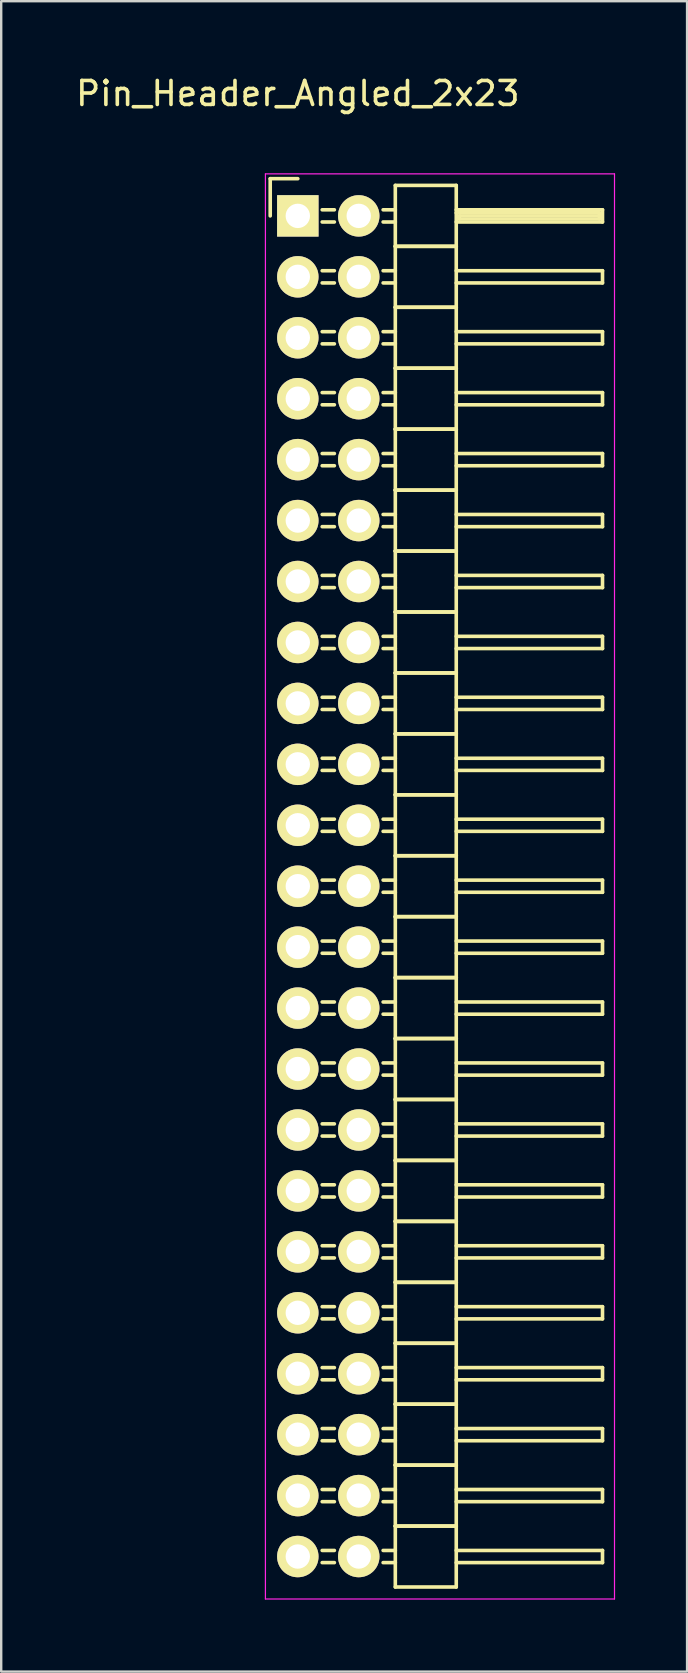
<source format=kicad_pcb>
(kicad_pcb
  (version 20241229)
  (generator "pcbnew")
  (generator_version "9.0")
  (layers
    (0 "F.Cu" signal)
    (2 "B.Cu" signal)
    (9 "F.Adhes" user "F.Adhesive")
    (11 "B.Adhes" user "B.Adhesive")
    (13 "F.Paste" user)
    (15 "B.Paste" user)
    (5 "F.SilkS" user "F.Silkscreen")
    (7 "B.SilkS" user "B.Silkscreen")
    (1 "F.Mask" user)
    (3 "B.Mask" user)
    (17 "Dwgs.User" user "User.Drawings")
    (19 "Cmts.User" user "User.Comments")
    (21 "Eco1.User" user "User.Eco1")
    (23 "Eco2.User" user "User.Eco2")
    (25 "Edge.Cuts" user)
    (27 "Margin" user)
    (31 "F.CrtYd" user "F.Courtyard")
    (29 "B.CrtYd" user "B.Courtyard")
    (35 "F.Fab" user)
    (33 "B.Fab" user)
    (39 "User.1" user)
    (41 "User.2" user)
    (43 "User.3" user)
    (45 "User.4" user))
  (footprint "Pin_Header_Angled_2x23"
    (layer "F.Cu")
    (at 9.363 5.948)
    (property "Reference" "Pin_Header_Angled_2x23" (at 0 -5.1 0) (layer "F.SilkS") (effects (font (size 1 1) (thickness 0.15))))
    (attr through_hole)
    (fp_line (start -1.15 -1.55) (end -1.15 0) (stroke (width 0.15) (type solid)) (layer "F.SilkS"))
    (fp_line (start 0 -1.55) (end -1.15 -1.55) (stroke (width 0.15) (type solid)) (layer "F.SilkS"))
    (fp_line (start 1.524 -0.254) (end 1.016 -0.254) (stroke (width 0.15) (type solid)) (layer "F.SilkS"))
    (fp_line (start 1.524 0.254) (end 1.016 0.254) (stroke (width 0.15) (type solid)) (layer "F.SilkS"))
    (fp_line (start 1.524 2.286) (end 1.016 2.286) (stroke (width 0.15) (type solid)) (layer "F.SilkS"))
    (fp_line (start 1.524 2.794) (end 1.016 2.794) (stroke (width 0.15) (type solid)) (layer "F.SilkS"))
    (fp_line (start 1.524 4.826) (end 1.016 4.826) (stroke (width 0.15) (type solid)) (layer "F.SilkS"))
    (fp_line (start 1.524 5.334) (end 1.016 5.334) (stroke (width 0.15) (type solid)) (layer "F.SilkS"))
    (fp_line (start 1.524 7.366) (end 1.016 7.366) (stroke (width 0.15) (type solid)) (layer "F.SilkS"))
    (fp_line (start 1.524 7.874) (end 1.016 7.874) (stroke (width 0.15) (type solid)) (layer "F.SilkS"))
    (fp_line (start 1.524 9.906) (end 1.016 9.906) (stroke (width 0.15) (type solid)) (layer "F.SilkS"))
    (fp_line (start 1.524 10.414) (end 1.016 10.414) (stroke (width 0.15) (type solid)) (layer "F.SilkS"))
    (fp_line (start 1.524 12.446) (end 1.016 12.446) (stroke (width 0.15) (type solid)) (layer "F.SilkS"))
    (fp_line (start 1.524 12.954) (end 1.016 12.954) (stroke (width 0.15) (type solid)) (layer "F.SilkS"))
    (fp_line (start 1.524 14.986) (end 1.016 14.986) (stroke (width 0.15) (type solid)) (layer "F.SilkS"))
    (fp_line (start 1.524 15.494) (end 1.016 15.494) (stroke (width 0.15) (type solid)) (layer "F.SilkS"))
    (fp_line (start 1.524 17.526) (end 1.016 17.526) (stroke (width 0.15) (type solid)) (layer "F.SilkS"))
    (fp_line (start 1.524 18.034) (end 1.016 18.034) (stroke (width 0.15) (type solid)) (layer "F.SilkS"))
    (fp_line (start 1.524 20.066) (end 1.016 20.066) (stroke (width 0.15) (type solid)) (layer "F.SilkS"))
    (fp_line (start 1.524 20.574) (end 1.016 20.574) (stroke (width 0.15) (type solid)) (layer "F.SilkS"))
    (fp_line (start 1.524 22.606) (end 1.016 22.606) (stroke (width 0.15) (type solid)) (layer "F.SilkS"))
    (fp_line (start 1.524 23.114) (end 1.016 23.114) (stroke (width 0.15) (type solid)) (layer "F.SilkS"))
    (fp_line (start 1.524 25.146) (end 1.016 25.146) (stroke (width 0.15) (type solid)) (layer "F.SilkS"))
    (fp_line (start 1.524 25.654) (end 1.016 25.654) (stroke (width 0.15) (type solid)) (layer "F.SilkS"))
    (fp_line (start 1.524 27.686) (end 1.016 27.686) (stroke (width 0.15) (type solid)) (layer "F.SilkS"))
    (fp_line (start 1.524 28.194) (end 1.016 28.194) (stroke (width 0.15) (type solid)) (layer "F.SilkS"))
    (fp_line (start 1.524 30.226) (end 1.016 30.226) (stroke (width 0.15) (type solid)) (layer "F.SilkS"))
    (fp_line (start 1.524 30.734) (end 1.016 30.734) (stroke (width 0.15) (type solid)) (layer "F.SilkS"))
    (fp_line (start 1.524 32.766) (end 1.016 32.766) (stroke (width 0.15) (type solid)) (layer "F.SilkS"))
    (fp_line (start 1.524 33.274) (end 1.016 33.274) (stroke (width 0.15) (type solid)) (layer "F.SilkS"))
    (fp_line (start 1.524 35.306) (end 1.016 35.306) (stroke (width 0.15) (type solid)) (layer "F.SilkS"))
    (fp_line (start 1.524 35.814) (end 1.016 35.814) (stroke (width 0.15) (type solid)) (layer "F.SilkS"))
    (fp_line (start 1.524 37.846) (end 1.016 37.846) (stroke (width 0.15) (type solid)) (layer "F.SilkS"))
    (fp_line (start 1.524 38.354) (end 1.016 38.354) (stroke (width 0.15) (type solid)) (layer "F.SilkS"))
    (fp_line (start 1.524 40.386) (end 1.016 40.386) (stroke (width 0.15) (type solid)) (layer "F.SilkS"))
    (fp_line (start 1.524 40.894) (end 1.016 40.894) (stroke (width 0.15) (type solid)) (layer "F.SilkS"))
    (fp_line (start 1.524 42.926) (end 1.016 42.926) (stroke (width 0.15) (type solid)) (layer "F.SilkS"))
    (fp_line (start 1.524 43.434) (end 1.016 43.434) (stroke (width 0.15) (type solid)) (layer "F.SilkS"))
    (fp_line (start 1.524 45.466) (end 1.016 45.466) (stroke (width 0.15) (type solid)) (layer "F.SilkS"))
    (fp_line (start 1.524 45.974) (end 1.016 45.974) (stroke (width 0.15) (type solid)) (layer "F.SilkS"))
    (fp_line (start 1.524 48.006) (end 1.016 48.006) (stroke (width 0.15) (type solid)) (layer "F.SilkS"))
    (fp_line (start 1.524 48.514) (end 1.016 48.514) (stroke (width 0.15) (type solid)) (layer "F.SilkS"))
    (fp_line (start 1.524 50.546) (end 1.016 50.546) (stroke (width 0.15) (type solid)) (layer "F.SilkS"))
    (fp_line (start 1.524 51.054) (end 1.016 51.054) (stroke (width 0.15) (type solid)) (layer "F.SilkS"))
    (fp_line (start 1.524 53.086) (end 1.016 53.086) (stroke (width 0.15) (type solid)) (layer "F.SilkS"))
    (fp_line (start 1.524 53.594) (end 1.016 53.594) (stroke (width 0.15) (type solid)) (layer "F.SilkS"))
    (fp_line (start 1.524 55.626) (end 1.016 55.626) (stroke (width 0.15) (type solid)) (layer "F.SilkS"))
    (fp_line (start 1.524 56.134) (end 1.016 56.134) (stroke (width 0.15) (type solid)) (layer "F.SilkS"))
    (fp_line (start 4.064 -1.27) (end 4.064 1.27) (stroke (width 0.15) (type solid)) (layer "F.SilkS"))
    (fp_line (start 4.064 -1.27) (end 6.604 -1.27) (stroke (width 0.15) (type solid)) (layer "F.SilkS"))
    (fp_line (start 4.064 -0.254) (end 3.556 -0.254) (stroke (width 0.15) (type solid)) (layer "F.SilkS"))
    (fp_line (start 4.064 0.254) (end 3.556 0.254) (stroke (width 0.15) (type solid)) (layer "F.SilkS"))
    (fp_line (start 4.064 1.27) (end 4.064 3.81) (stroke (width 0.15) (type solid)) (layer "F.SilkS"))
    (fp_line (start 4.064 1.27) (end 6.604 1.27) (stroke (width 0.15) (type solid)) (layer "F.SilkS"))
    (fp_line (start 4.064 1.27) (end 6.604 1.27) (stroke (width 0.15) (type solid)) (layer "F.SilkS"))
    (fp_line (start 4.064 2.286) (end 3.556 2.286) (stroke (width 0.15) (type solid)) (layer "F.SilkS"))
    (fp_line (start 4.064 2.794) (end 3.556 2.794) (stroke (width 0.15) (type solid)) (layer "F.SilkS"))
    (fp_line (start 4.064 3.81) (end 4.064 6.35) (stroke (width 0.15) (type solid)) (layer "F.SilkS"))
    (fp_line (start 4.064 3.81) (end 6.604 3.81) (stroke (width 0.15) (type solid)) (layer "F.SilkS"))
    (fp_line (start 4.064 3.81) (end 6.604 3.81) (stroke (width 0.15) (type solid)) (layer "F.SilkS"))
    (fp_line (start 4.064 4.826) (end 3.556 4.826) (stroke (width 0.15) (type solid)) (layer "F.SilkS"))
    (fp_line (start 4.064 5.334) (end 3.556 5.334) (stroke (width 0.15) (type solid)) (layer "F.SilkS"))
    (fp_line (start 4.064 6.35) (end 4.064 8.89) (stroke (width 0.15) (type solid)) (layer "F.SilkS"))
    (fp_line (start 4.064 6.35) (end 6.604 6.35) (stroke (width 0.15) (type solid)) (layer "F.SilkS"))
    (fp_line (start 4.064 6.35) (end 6.604 6.35) (stroke (width 0.15) (type solid)) (layer "F.SilkS"))
    (fp_line (start 4.064 7.366) (end 3.556 7.366) (stroke (width 0.15) (type solid)) (layer "F.SilkS"))
    (fp_line (start 4.064 7.874) (end 3.556 7.874) (stroke (width 0.15) (type solid)) (layer "F.SilkS"))
    (fp_line (start 4.064 8.89) (end 4.064 11.43) (stroke (width 0.15) (type solid)) (layer "F.SilkS"))
    (fp_line (start 4.064 8.89) (end 6.604 8.89) (stroke (width 0.15) (type solid)) (layer "F.SilkS"))
    (fp_line (start 4.064 8.89) (end 6.604 8.89) (stroke (width 0.15) (type solid)) (layer "F.SilkS"))
    (fp_line (start 4.064 9.906) (end 3.556 9.906) (stroke (width 0.15) (type solid)) (layer "F.SilkS"))
    (fp_line (start 4.064 10.414) (end 3.556 10.414) (stroke (width 0.15) (type solid)) (layer "F.SilkS"))
    (fp_line (start 4.064 11.43) (end 4.064 13.97) (stroke (width 0.15) (type solid)) (layer "F.SilkS"))
    (fp_line (start 4.064 11.43) (end 6.604 11.43) (stroke (width 0.15) (type solid)) (layer "F.SilkS"))
    (fp_line (start 4.064 11.43) (end 6.604 11.43) (stroke (width 0.15) (type solid)) (layer "F.SilkS"))
    (fp_line (start 4.064 12.446) (end 3.556 12.446) (stroke (width 0.15) (type solid)) (layer "F.SilkS"))
    (fp_line (start 4.064 12.954) (end 3.556 12.954) (stroke (width 0.15) (type solid)) (layer "F.SilkS"))
    (fp_line (start 4.064 13.97) (end 4.064 16.51) (stroke (width 0.15) (type solid)) (layer "F.SilkS"))
    (fp_line (start 4.064 13.97) (end 6.604 13.97) (stroke (width 0.15) (type solid)) (layer "F.SilkS"))
    (fp_line (start 4.064 13.97) (end 6.604 13.97) (stroke (width 0.15) (type solid)) (layer "F.SilkS"))
    (fp_line (start 4.064 14.986) (end 3.556 14.986) (stroke (width 0.15) (type solid)) (layer "F.SilkS"))
    (fp_line (start 4.064 15.494) (end 3.556 15.494) (stroke (width 0.15) (type solid)) (layer "F.SilkS"))
    (fp_line (start 4.064 16.51) (end 4.064 19.05) (stroke (width 0.15) (type solid)) (layer "F.SilkS"))
    (fp_line (start 4.064 16.51) (end 6.604 16.51) (stroke (width 0.15) (type solid)) (layer "F.SilkS"))
    (fp_line (start 4.064 16.51) (end 6.604 16.51) (stroke (width 0.15) (type solid)) (layer "F.SilkS"))
    (fp_line (start 4.064 17.526) (end 3.556 17.526) (stroke (width 0.15) (type solid)) (layer "F.SilkS"))
    (fp_line (start 4.064 18.034) (end 3.556 18.034) (stroke (width 0.15) (type solid)) (layer "F.SilkS"))
    (fp_line (start 4.064 19.05) (end 4.064 21.59) (stroke (width 0.15) (type solid)) (layer "F.SilkS"))
    (fp_line (start 4.064 19.05) (end 6.604 19.05) (stroke (width 0.15) (type solid)) (layer "F.SilkS"))
    (fp_line (start 4.064 19.05) (end 6.604 19.05) (stroke (width 0.15) (type solid)) (layer "F.SilkS"))
    (fp_line (start 4.064 20.066) (end 3.556 20.066) (stroke (width 0.15) (type solid)) (layer "F.SilkS"))
    (fp_line (start 4.064 20.574) (end 3.556 20.574) (stroke (width 0.15) (type solid)) (layer "F.SilkS"))
    (fp_line (start 4.064 21.59) (end 4.064 24.13) (stroke (width 0.15) (type solid)) (layer "F.SilkS"))
    (fp_line (start 4.064 21.59) (end 6.604 21.59) (stroke (width 0.15) (type solid)) (layer "F.SilkS"))
    (fp_line (start 4.064 21.59) (end 6.604 21.59) (stroke (width 0.15) (type solid)) (layer "F.SilkS"))
    (fp_line (start 4.064 22.606) (end 3.556 22.606) (stroke (width 0.15) (type solid)) (layer "F.SilkS"))
    (fp_line (start 4.064 23.114) (end 3.556 23.114) (stroke (width 0.15) (type solid)) (layer "F.SilkS"))
    (fp_line (start 4.064 24.13) (end 4.064 26.67) (stroke (width 0.15) (type solid)) (layer "F.SilkS"))
    (fp_line (start 4.064 24.13) (end 6.604 24.13) (stroke (width 0.15) (type solid)) (layer "F.SilkS"))
    (fp_line (start 4.064 24.13) (end 6.604 24.13) (stroke (width 0.15) (type solid)) (layer "F.SilkS"))
    (fp_line (start 4.064 25.146) (end 3.556 25.146) (stroke (width 0.15) (type solid)) (layer "F.SilkS"))
    (fp_line (start 4.064 25.654) (end 3.556 25.654) (stroke (width 0.15) (type solid)) (layer "F.SilkS"))
    (fp_line (start 4.064 26.67) (end 4.064 29.21) (stroke (width 0.15) (type solid)) (layer "F.SilkS"))
    (fp_line (start 4.064 26.67) (end 6.604 26.67) (stroke (width 0.15) (type solid)) (layer "F.SilkS"))
    (fp_line (start 4.064 26.67) (end 6.604 26.67) (stroke (width 0.15) (type solid)) (layer "F.SilkS"))
    (fp_line (start 4.064 27.686) (end 3.556 27.686) (stroke (width 0.15) (type solid)) (layer "F.SilkS"))
    (fp_line (start 4.064 28.194) (end 3.556 28.194) (stroke (width 0.15) (type solid)) (layer "F.SilkS"))
    (fp_line (start 4.064 29.21) (end 4.064 31.75) (stroke (width 0.15) (type solid)) (layer "F.SilkS"))
    (fp_line (start 4.064 29.21) (end 6.604 29.21) (stroke (width 0.15) (type solid)) (layer "F.SilkS"))
    (fp_line (start 4.064 29.21) (end 6.604 29.21) (stroke (width 0.15) (type solid)) (layer "F.SilkS"))
    (fp_line (start 4.064 30.226) (end 3.556 30.226) (stroke (width 0.15) (type solid)) (layer "F.SilkS"))
    (fp_line (start 4.064 30.734) (end 3.556 30.734) (stroke (width 0.15) (type solid)) (layer "F.SilkS"))
    (fp_line (start 4.064 31.75) (end 4.064 34.29) (stroke (width 0.15) (type solid)) (layer "F.SilkS"))
    (fp_line (start 4.064 31.75) (end 6.604 31.75) (stroke (width 0.15) (type solid)) (layer "F.SilkS"))
    (fp_line (start 4.064 31.75) (end 6.604 31.75) (stroke (width 0.15) (type solid)) (layer "F.SilkS"))
    (fp_line (start 4.064 32.766) (end 3.556 32.766) (stroke (width 0.15) (type solid)) (layer "F.SilkS"))
    (fp_line (start 4.064 33.274) (end 3.556 33.274) (stroke (width 0.15) (type solid)) (layer "F.SilkS"))
    (fp_line (start 4.064 34.29) (end 4.064 36.83) (stroke (width 0.15) (type solid)) (layer "F.SilkS"))
    (fp_line (start 4.064 34.29) (end 6.604 34.29) (stroke (width 0.15) (type solid)) (layer "F.SilkS"))
    (fp_line (start 4.064 34.29) (end 6.604 34.29) (stroke (width 0.15) (type solid)) (layer "F.SilkS"))
    (fp_line (start 4.064 35.306) (end 3.556 35.306) (stroke (width 0.15) (type solid)) (layer "F.SilkS"))
    (fp_line (start 4.064 35.814) (end 3.556 35.814) (stroke (width 0.15) (type solid)) (layer "F.SilkS"))
    (fp_line (start 4.064 36.83) (end 4.064 39.37) (stroke (width 0.15) (type solid)) (layer "F.SilkS"))
    (fp_line (start 4.064 36.83) (end 6.604 36.83) (stroke (width 0.15) (type solid)) (layer "F.SilkS"))
    (fp_line (start 4.064 36.83) (end 6.604 36.83) (stroke (width 0.15) (type solid)) (layer "F.SilkS"))
    (fp_line (start 4.064 37.846) (end 3.556 37.846) (stroke (width 0.15) (type solid)) (layer "F.SilkS"))
    (fp_line (start 4.064 38.354) (end 3.556 38.354) (stroke (width 0.15) (type solid)) (layer "F.SilkS"))
    (fp_line (start 4.064 39.37) (end 4.064 41.91) (stroke (width 0.15) (type solid)) (layer "F.SilkS"))
    (fp_line (start 4.064 39.37) (end 6.604 39.37) (stroke (width 0.15) (type solid)) (layer "F.SilkS"))
    (fp_line (start 4.064 39.37) (end 6.604 39.37) (stroke (width 0.15) (type solid)) (layer "F.SilkS"))
    (fp_line (start 4.064 40.386) (end 3.556 40.386) (stroke (width 0.15) (type solid)) (layer "F.SilkS"))
    (fp_line (start 4.064 40.894) (end 3.556 40.894) (stroke (width 0.15) (type solid)) (layer "F.SilkS"))
    (fp_line (start 4.064 41.91) (end 4.064 44.45) (stroke (width 0.15) (type solid)) (layer "F.SilkS"))
    (fp_line (start 4.064 41.91) (end 6.604 41.91) (stroke (width 0.15) (type solid)) (layer "F.SilkS"))
    (fp_line (start 4.064 41.91) (end 6.604 41.91) (stroke (width 0.15) (type solid)) (layer "F.SilkS"))
    (fp_line (start 4.064 42.926) (end 3.556 42.926) (stroke (width 0.15) (type solid)) (layer "F.SilkS"))
    (fp_line (start 4.064 43.434) (end 3.556 43.434) (stroke (width 0.15) (type solid)) (layer "F.SilkS"))
    (fp_line (start 4.064 44.45) (end 4.064 46.99) (stroke (width 0.15) (type solid)) (layer "F.SilkS"))
    (fp_line (start 4.064 44.45) (end 6.604 44.45) (stroke (width 0.15) (type solid)) (layer "F.SilkS"))
    (fp_line (start 4.064 44.45) (end 6.604 44.45) (stroke (width 0.15) (type solid)) (layer "F.SilkS"))
    (fp_line (start 4.064 45.466) (end 3.556 45.466) (stroke (width 0.15) (type solid)) (layer "F.SilkS"))
    (fp_line (start 4.064 45.974) (end 3.556 45.974) (stroke (width 0.15) (type solid)) (layer "F.SilkS"))
    (fp_line (start 4.064 46.99) (end 4.064 49.53) (stroke (width 0.15) (type solid)) (layer "F.SilkS"))
    (fp_line (start 4.064 46.99) (end 6.604 46.99) (stroke (width 0.15) (type solid)) (layer "F.SilkS"))
    (fp_line (start 4.064 46.99) (end 6.604 46.99) (stroke (width 0.15) (type solid)) (layer "F.SilkS"))
    (fp_line (start 4.064 48.006) (end 3.556 48.006) (stroke (width 0.15) (type solid)) (layer "F.SilkS"))
    (fp_line (start 4.064 48.514) (end 3.556 48.514) (stroke (width 0.15) (type solid)) (layer "F.SilkS"))
    (fp_line (start 4.064 49.53) (end 4.064 52.07) (stroke (width 0.15) (type solid)) (layer "F.SilkS"))
    (fp_line (start 4.064 49.53) (end 6.604 49.53) (stroke (width 0.15) (type solid)) (layer "F.SilkS"))
    (fp_line (start 4.064 49.53) (end 6.604 49.53) (stroke (width 0.15) (type solid)) (layer "F.SilkS"))
    (fp_line (start 4.064 50.546) (end 3.556 50.546) (stroke (width 0.15) (type solid)) (layer "F.SilkS"))
    (fp_line (start 4.064 51.054) (end 3.556 51.054) (stroke (width 0.15) (type solid)) (layer "F.SilkS"))
    (fp_line (start 4.064 52.07) (end 4.064 54.61) (stroke (width 0.15) (type solid)) (layer "F.SilkS"))
    (fp_line (start 4.064 52.07) (end 6.604 52.07) (stroke (width 0.15) (type solid)) (layer "F.SilkS"))
    (fp_line (start 4.064 52.07) (end 6.604 52.07) (stroke (width 0.15) (type solid)) (layer "F.SilkS"))
    (fp_line (start 4.064 53.086) (end 3.556 53.086) (stroke (width 0.15) (type solid)) (layer "F.SilkS"))
    (fp_line (start 4.064 53.594) (end 3.556 53.594) (stroke (width 0.15) (type solid)) (layer "F.SilkS"))
    (fp_line (start 4.064 54.61) (end 4.064 57.15) (stroke (width 0.15) (type solid)) (layer "F.SilkS"))
    (fp_line (start 4.064 54.61) (end 6.604 54.61) (stroke (width 0.15) (type solid)) (layer "F.SilkS"))
    (fp_line (start 4.064 54.61) (end 6.604 54.61) (stroke (width 0.15) (type solid)) (layer "F.SilkS"))
    (fp_line (start 4.064 55.626) (end 3.556 55.626) (stroke (width 0.15) (type solid)) (layer "F.SilkS"))
    (fp_line (start 4.064 56.134) (end 3.556 56.134) (stroke (width 0.15) (type solid)) (layer "F.SilkS"))
    (fp_line (start 4.064 57.15) (end 6.604 57.15) (stroke (width 0.15) (type solid)) (layer "F.SilkS"))
    (fp_line (start 6.604 -0.254) (end 12.7 -0.254) (stroke (width 0.15) (type solid)) (layer "F.SilkS"))
    (fp_line (start 6.604 -0.127) (end 12.573 -0.127) (stroke (width 0.15) (type solid)) (layer "F.SilkS"))
    (fp_line (start 6.604 1.27) (end 6.604 -1.27) (stroke (width 0.15) (type solid)) (layer "F.SilkS"))
    (fp_line (start 6.604 2.286) (end 12.7 2.286) (stroke (width 0.15) (type solid)) (layer "F.SilkS"))
    (fp_line (start 6.604 3.81) (end 6.604 1.27) (stroke (width 0.15) (type solid)) (layer "F.SilkS"))
    (fp_line (start 6.604 4.826) (end 12.7 4.826) (stroke (width 0.15) (type solid)) (layer "F.SilkS"))
    (fp_line (start 6.604 6.35) (end 6.604 3.81) (stroke (width 0.15) (type solid)) (layer "F.SilkS"))
    (fp_line (start 6.604 7.366) (end 12.7 7.366) (stroke (width 0.15) (type solid)) (layer "F.SilkS"))
    (fp_line (start 6.604 8.89) (end 6.604 6.35) (stroke (width 0.15) (type solid)) (layer "F.SilkS"))
    (fp_line (start 6.604 9.906) (end 12.7 9.906) (stroke (width 0.15) (type solid)) (layer "F.SilkS"))
    (fp_line (start 6.604 11.43) (end 6.604 8.89) (stroke (width 0.15) (type solid)) (layer "F.SilkS"))
    (fp_line (start 6.604 12.446) (end 12.7 12.446) (stroke (width 0.15) (type solid)) (layer "F.SilkS"))
    (fp_line (start 6.604 13.97) (end 6.604 11.43) (stroke (width 0.15) (type solid)) (layer "F.SilkS"))
    (fp_line (start 6.604 14.986) (end 12.7 14.986) (stroke (width 0.15) (type solid)) (layer "F.SilkS"))
    (fp_line (start 6.604 16.51) (end 6.604 13.97) (stroke (width 0.15) (type solid)) (layer "F.SilkS"))
    (fp_line (start 6.604 17.526) (end 12.7 17.526) (stroke (width 0.15) (type solid)) (layer "F.SilkS"))
    (fp_line (start 6.604 19.05) (end 6.604 16.51) (stroke (width 0.15) (type solid)) (layer "F.SilkS"))
    (fp_line (start 6.604 20.066) (end 12.7 20.066) (stroke (width 0.15) (type solid)) (layer "F.SilkS"))
    (fp_line (start 6.604 21.59) (end 6.604 19.05) (stroke (width 0.15) (type solid)) (layer "F.SilkS"))
    (fp_line (start 6.604 22.606) (end 12.7 22.606) (stroke (width 0.15) (type solid)) (layer "F.SilkS"))
    (fp_line (start 6.604 24.13) (end 6.604 21.59) (stroke (width 0.15) (type solid)) (layer "F.SilkS"))
    (fp_line (start 6.604 25.146) (end 12.7 25.146) (stroke (width 0.15) (type solid)) (layer "F.SilkS"))
    (fp_line (start 6.604 26.67) (end 6.604 24.13) (stroke (width 0.15) (type solid)) (layer "F.SilkS"))
    (fp_line (start 6.604 27.686) (end 12.7 27.686) (stroke (width 0.15) (type solid)) (layer "F.SilkS"))
    (fp_line (start 6.604 29.21) (end 6.604 26.67) (stroke (width 0.15) (type solid)) (layer "F.SilkS"))
    (fp_line (start 6.604 30.226) (end 12.7 30.226) (stroke (width 0.15) (type solid)) (layer "F.SilkS"))
    (fp_line (start 6.604 31.75) (end 6.604 29.21) (stroke (width 0.15) (type solid)) (layer "F.SilkS"))
    (fp_line (start 6.604 32.766) (end 12.7 32.766) (stroke (width 0.15) (type solid)) (layer "F.SilkS"))
    (fp_line (start 6.604 34.29) (end 6.604 31.75) (stroke (width 0.15) (type solid)) (layer "F.SilkS"))
    (fp_line (start 6.604 35.306) (end 12.7 35.306) (stroke (width 0.15) (type solid)) (layer "F.SilkS"))
    (fp_line (start 6.604 36.83) (end 6.604 34.29) (stroke (width 0.15) (type solid)) (layer "F.SilkS"))
    (fp_line (start 6.604 37.846) (end 12.7 37.846) (stroke (width 0.15) (type solid)) (layer "F.SilkS"))
    (fp_line (start 6.604 39.37) (end 6.604 36.83) (stroke (width 0.15) (type solid)) (layer "F.SilkS"))
    (fp_line (start 6.604 40.386) (end 12.7 40.386) (stroke (width 0.15) (type solid)) (layer "F.SilkS"))
    (fp_line (start 6.604 41.91) (end 6.604 39.37) (stroke (width 0.15) (type solid)) (layer "F.SilkS"))
    (fp_line (start 6.604 42.926) (end 12.7 42.926) (stroke (width 0.15) (type solid)) (layer "F.SilkS"))
    (fp_line (start 6.604 44.45) (end 6.604 41.91) (stroke (width 0.15) (type solid)) (layer "F.SilkS"))
    (fp_line (start 6.604 45.466) (end 12.7 45.466) (stroke (width 0.15) (type solid)) (layer "F.SilkS"))
    (fp_line (start 6.604 46.99) (end 6.604 44.45) (stroke (width 0.15) (type solid)) (layer "F.SilkS"))
    (fp_line (start 6.604 48.006) (end 12.7 48.006) (stroke (width 0.15) (type solid)) (layer "F.SilkS"))
    (fp_line (start 6.604 49.53) (end 6.604 46.99) (stroke (width 0.15) (type solid)) (layer "F.SilkS"))
    (fp_line (start 6.604 50.546) (end 12.7 50.546) (stroke (width 0.15) (type solid)) (layer "F.SilkS"))
    (fp_line (start 6.604 52.07) (end 6.604 49.53) (stroke (width 0.15) (type solid)) (layer "F.SilkS"))
    (fp_line (start 6.604 53.086) (end 12.7 53.086) (stroke (width 0.15) (type solid)) (layer "F.SilkS"))
    (fp_line (start 6.604 54.61) (end 6.604 52.07) (stroke (width 0.15) (type solid)) (layer "F.SilkS"))
    (fp_line (start 6.604 55.626) (end 12.7 55.626) (stroke (width 0.15) (type solid)) (layer "F.SilkS"))
    (fp_line (start 6.604 57.15) (end 6.604 54.61) (stroke (width 0.15) (type solid)) (layer "F.SilkS"))
    (fp_line (start 6.731 0) (end 12.573 0) (stroke (width 0.15) (type solid)) (layer "F.SilkS"))
    (fp_line (start 6.731 0.127) (end 6.731 0) (stroke (width 0.15) (type solid)) (layer "F.SilkS"))
    (fp_line (start 12.573 -0.127) (end 12.573 0.127) (stroke (width 0.15) (type solid)) (layer "F.SilkS"))
    (fp_line (start 12.573 0.127) (end 6.731 0.127) (stroke (width 0.15) (type solid)) (layer "F.SilkS"))
    (fp_line (start 12.7 -0.254) (end 12.7 0.254) (stroke (width 0.15) (type solid)) (layer "F.SilkS"))
    (fp_line (start 12.7 0.254) (end 6.604 0.254) (stroke (width 0.15) (type solid)) (layer "F.SilkS"))
    (fp_line (start 12.7 2.286) (end 12.7 2.794) (stroke (width 0.15) (type solid)) (layer "F.SilkS"))
    (fp_line (start 12.7 2.794) (end 6.604 2.794) (stroke (width 0.15) (type solid)) (layer "F.SilkS"))
    (fp_line (start 12.7 4.826) (end 12.7 5.334) (stroke (width 0.15) (type solid)) (layer "F.SilkS"))
    (fp_line (start 12.7 5.334) (end 6.604 5.334) (stroke (width 0.15) (type solid)) (layer "F.SilkS"))
    (fp_line (start 12.7 7.366) (end 12.7 7.874) (stroke (width 0.15) (type solid)) (layer "F.SilkS"))
    (fp_line (start 12.7 7.874) (end 6.604 7.874) (stroke (width 0.15) (type solid)) (layer "F.SilkS"))
    (fp_line (start 12.7 9.906) (end 12.7 10.414) (stroke (width 0.15) (type solid)) (layer "F.SilkS"))
    (fp_line (start 12.7 10.414) (end 6.604 10.414) (stroke (width 0.15) (type solid)) (layer "F.SilkS"))
    (fp_line (start 12.7 12.446) (end 12.7 12.954) (stroke (width 0.15) (type solid)) (layer "F.SilkS"))
    (fp_line (start 12.7 12.954) (end 6.604 12.954) (stroke (width 0.15) (type solid)) (layer "F.SilkS"))
    (fp_line (start 12.7 14.986) (end 12.7 15.494) (stroke (width 0.15) (type solid)) (layer "F.SilkS"))
    (fp_line (start 12.7 15.494) (end 6.604 15.494) (stroke (width 0.15) (type solid)) (layer "F.SilkS"))
    (fp_line (start 12.7 17.526) (end 12.7 18.034) (stroke (width 0.15) (type solid)) (layer "F.SilkS"))
    (fp_line (start 12.7 18.034) (end 6.604 18.034) (stroke (width 0.15) (type solid)) (layer "F.SilkS"))
    (fp_line (start 12.7 20.066) (end 12.7 20.574) (stroke (width 0.15) (type solid)) (layer "F.SilkS"))
    (fp_line (start 12.7 20.574) (end 6.604 20.574) (stroke (width 0.15) (type solid)) (layer "F.SilkS"))
    (fp_line (start 12.7 22.606) (end 12.7 23.114) (stroke (width 0.15) (type solid)) (layer "F.SilkS"))
    (fp_line (start 12.7 23.114) (end 6.604 23.114) (stroke (width 0.15) (type solid)) (layer "F.SilkS"))
    (fp_line (start 12.7 25.146) (end 12.7 25.654) (stroke (width 0.15) (type solid)) (layer "F.SilkS"))
    (fp_line (start 12.7 25.654) (end 6.604 25.654) (stroke (width 0.15) (type solid)) (layer "F.SilkS"))
    (fp_line (start 12.7 27.686) (end 12.7 28.194) (stroke (width 0.15) (type solid)) (layer "F.SilkS"))
    (fp_line (start 12.7 28.194) (end 6.604 28.194) (stroke (width 0.15) (type solid)) (layer "F.SilkS"))
    (fp_line (start 12.7 30.226) (end 12.7 30.734) (stroke (width 0.15) (type solid)) (layer "F.SilkS"))
    (fp_line (start 12.7 30.734) (end 6.604 30.734) (stroke (width 0.15) (type solid)) (layer "F.SilkS"))
    (fp_line (start 12.7 32.766) (end 12.7 33.274) (stroke (width 0.15) (type solid)) (layer "F.SilkS"))
    (fp_line (start 12.7 33.274) (end 6.604 33.274) (stroke (width 0.15) (type solid)) (layer "F.SilkS"))
    (fp_line (start 12.7 35.306) (end 12.7 35.814) (stroke (width 0.15) (type solid)) (layer "F.SilkS"))
    (fp_line (start 12.7 35.814) (end 6.604 35.814) (stroke (width 0.15) (type solid)) (layer "F.SilkS"))
    (fp_line (start 12.7 37.846) (end 12.7 38.354) (stroke (width 0.15) (type solid)) (layer "F.SilkS"))
    (fp_line (start 12.7 38.354) (end 6.604 38.354) (stroke (width 0.15) (type solid)) (layer "F.SilkS"))
    (fp_line (start 12.7 40.386) (end 12.7 40.894) (stroke (width 0.15) (type solid)) (layer "F.SilkS"))
    (fp_line (start 12.7 40.894) (end 6.604 40.894) (stroke (width 0.15) (type solid)) (layer "F.SilkS"))
    (fp_line (start 12.7 42.926) (end 12.7 43.434) (stroke (width 0.15) (type solid)) (layer "F.SilkS"))
    (fp_line (start 12.7 43.434) (end 6.604 43.434) (stroke (width 0.15) (type solid)) (layer "F.SilkS"))
    (fp_line (start 12.7 45.466) (end 12.7 45.974) (stroke (width 0.15) (type solid)) (layer "F.SilkS"))
    (fp_line (start 12.7 45.974) (end 6.604 45.974) (stroke (width 0.15) (type solid)) (layer "F.SilkS"))
    (fp_line (start 12.7 48.006) (end 12.7 48.514) (stroke (width 0.15) (type solid)) (layer "F.SilkS"))
    (fp_line (start 12.7 48.514) (end 6.604 48.514) (stroke (width 0.15) (type solid)) (layer "F.SilkS"))
    (fp_line (start 12.7 50.546) (end 12.7 51.054) (stroke (width 0.15) (type solid)) (layer "F.SilkS"))
    (fp_line (start 12.7 51.054) (end 6.604 51.054) (stroke (width 0.15) (type solid)) (layer "F.SilkS"))
    (fp_line (start 12.7 53.086) (end 12.7 53.594) (stroke (width 0.15) (type solid)) (layer "F.SilkS"))
    (fp_line (start 12.7 53.594) (end 6.604 53.594) (stroke (width 0.15) (type solid)) (layer "F.SilkS"))
    (fp_line (start 12.7 55.626) (end 12.7 56.134) (stroke (width 0.15) (type solid)) (layer "F.SilkS"))
    (fp_line (start 12.7 56.134) (end 6.604 56.134) (stroke (width 0.15) (type solid)) (layer "F.SilkS"))
    (fp_line (start -1.35 -1.75) (end -1.35 57.65) (stroke (width 0.05) (type solid)) (layer "F.CrtYd"))
    (fp_line (start -1.35 -1.75) (end 13.2 -1.75) (stroke (width 0.05) (type solid)) (layer "F.CrtYd"))
    (fp_line (start -1.35 57.65) (end 13.2 57.65) (stroke (width 0.05) (type solid)) (layer "F.CrtYd"))
    (fp_line (start 13.2 -1.75) (end 13.2 57.65) (stroke (width 0.05) (type solid)) (layer "F.CrtYd"))
    (pad "1" thru_hole rect (at 0 0) (size 1.727 1.727) (drill 1.016) (layers "*.Cu" "*.Mask" "F.SilkS"))
    (pad "2" thru_hole oval (at 2.54 0) (size 1.727 1.727) (drill 1.016) (layers "*.Cu" "*.Mask" "F.SilkS"))
    (pad "3" thru_hole oval (at 0 2.54) (size 1.727 1.727) (drill 1.016) (layers "*.Cu" "*.Mask" "F.SilkS"))
    (pad "4" thru_hole oval (at 2.54 2.54) (size 1.727 1.727) (drill 1.016) (layers "*.Cu" "*.Mask" "F.SilkS"))
    (pad "5" thru_hole oval (at 0 5.08) (size 1.727 1.727) (drill 1.016) (layers "*.Cu" "*.Mask" "F.SilkS"))
    (pad "6" thru_hole oval (at 2.54 5.08) (size 1.727 1.727) (drill 1.016) (layers "*.Cu" "*.Mask" "F.SilkS"))
    (pad "7" thru_hole oval (at 0 7.62) (size 1.727 1.727) (drill 1.016) (layers "*.Cu" "*.Mask" "F.SilkS"))
    (pad "8" thru_hole oval (at 2.54 7.62) (size 1.727 1.727) (drill 1.016) (layers "*.Cu" "*.Mask" "F.SilkS"))
    (pad "9" thru_hole oval (at 0 10.16) (size 1.727 1.727) (drill 1.016) (layers "*.Cu" "*.Mask" "F.SilkS"))
    (pad "10" thru_hole oval (at 2.54 10.16) (size 1.727 1.727) (drill 1.016) (layers "*.Cu" "*.Mask" "F.SilkS"))
    (pad "11" thru_hole oval (at 0 12.7) (size 1.727 1.727) (drill 1.016) (layers "*.Cu" "*.Mask" "F.SilkS"))
    (pad "12" thru_hole oval (at 2.54 12.7) (size 1.727 1.727) (drill 1.016) (layers "*.Cu" "*.Mask" "F.SilkS"))
    (pad "13" thru_hole oval (at 0 15.24) (size 1.727 1.727) (drill 1.016) (layers "*.Cu" "*.Mask" "F.SilkS"))
    (pad "14" thru_hole oval (at 2.54 15.24) (size 1.727 1.727) (drill 1.016) (layers "*.Cu" "*.Mask" "F.SilkS"))
    (pad "15" thru_hole oval (at 0 17.78) (size 1.727 1.727) (drill 1.016) (layers "*.Cu" "*.Mask" "F.SilkS"))
    (pad "16" thru_hole oval (at 2.54 17.78) (size 1.727 1.727) (drill 1.016) (layers "*.Cu" "*.Mask" "F.SilkS"))
    (pad "17" thru_hole oval (at 0 20.32) (size 1.727 1.727) (drill 1.016) (layers "*.Cu" "*.Mask" "F.SilkS"))
    (pad "18" thru_hole oval (at 2.54 20.32) (size 1.727 1.727) (drill 1.016) (layers "*.Cu" "*.Mask" "F.SilkS"))
    (pad "19" thru_hole oval (at 0 22.86) (size 1.727 1.727) (drill 1.016) (layers "*.Cu" "*.Mask" "F.SilkS"))
    (pad "20" thru_hole oval (at 2.54 22.86) (size 1.727 1.727) (drill 1.016) (layers "*.Cu" "*.Mask" "F.SilkS"))
    (pad "21" thru_hole oval (at 0 25.4) (size 1.727 1.727) (drill 1.016) (layers "*.Cu" "*.Mask" "F.SilkS"))
    (pad "22" thru_hole oval (at 2.54 25.4) (size 1.727 1.727) (drill 1.016) (layers "*.Cu" "*.Mask" "F.SilkS"))
    (pad "23" thru_hole oval (at 0 27.94) (size 1.727 1.727) (drill 1.016) (layers "*.Cu" "*.Mask" "F.SilkS"))
    (pad "24" thru_hole oval (at 2.54 27.94) (size 1.727 1.727) (drill 1.016) (layers "*.Cu" "*.Mask" "F.SilkS"))
    (pad "25" thru_hole oval (at 0 30.48) (size 1.727 1.727) (drill 1.016) (layers "*.Cu" "*.Mask" "F.SilkS"))
    (pad "26" thru_hole oval (at 2.54 30.48) (size 1.727 1.727) (drill 1.016) (layers "*.Cu" "*.Mask" "F.SilkS"))
    (pad "27" thru_hole oval (at 0 33.02) (size 1.727 1.727) (drill 1.016) (layers "*.Cu" "*.Mask" "F.SilkS"))
    (pad "28" thru_hole oval (at 2.54 33.02) (size 1.727 1.727) (drill 1.016) (layers "*.Cu" "*.Mask" "F.SilkS"))
    (pad "29" thru_hole oval (at 0 35.56) (size 1.727 1.727) (drill 1.016) (layers "*.Cu" "*.Mask" "F.SilkS"))
    (pad "30" thru_hole oval (at 2.54 35.56) (size 1.727 1.727) (drill 1.016) (layers "*.Cu" "*.Mask" "F.SilkS"))
    (pad "31" thru_hole oval (at 0 38.1) (size 1.727 1.727) (drill 1.016) (layers "*.Cu" "*.Mask" "F.SilkS"))
    (pad "32" thru_hole oval (at 2.54 38.1) (size 1.727 1.727) (drill 1.016) (layers "*.Cu" "*.Mask" "F.SilkS"))
    (pad "33" thru_hole oval (at 0 40.64) (size 1.727 1.727) (drill 1.016) (layers "*.Cu" "*.Mask" "F.SilkS"))
    (pad "34" thru_hole oval (at 2.54 40.64) (size 1.727 1.727) (drill 1.016) (layers "*.Cu" "*.Mask" "F.SilkS"))
    (pad "35" thru_hole oval (at 0 43.18) (size 1.727 1.727) (drill 1.016) (layers "*.Cu" "*.Mask" "F.SilkS"))
    (pad "36" thru_hole oval (at 2.54 43.18) (size 1.727 1.727) (drill 1.016) (layers "*.Cu" "*.Mask" "F.SilkS"))
    (pad "37" thru_hole oval (at 0 45.72) (size 1.727 1.727) (drill 1.016) (layers "*.Cu" "*.Mask" "F.SilkS"))
    (pad "38" thru_hole oval (at 2.54 45.72) (size 1.727 1.727) (drill 1.016) (layers "*.Cu" "*.Mask" "F.SilkS"))
    (pad "39" thru_hole oval (at 0 48.26) (size 1.727 1.727) (drill 1.016) (layers "*.Cu" "*.Mask" "F.SilkS"))
    (pad "40" thru_hole oval (at 2.54 48.26) (size 1.727 1.727) (drill 1.016) (layers "*.Cu" "*.Mask" "F.SilkS"))
    (pad "41" thru_hole oval (at 0 50.8) (size 1.727 1.727) (drill 1.016) (layers "*.Cu" "*.Mask" "F.SilkS"))
    (pad "42" thru_hole oval (at 2.54 50.8) (size 1.727 1.727) (drill 1.016) (layers "*.Cu" "*.Mask" "F.SilkS"))
    (pad "43" thru_hole oval (at 0 53.34) (size 1.727 1.727) (drill 1.016) (layers "*.Cu" "*.Mask" "F.SilkS"))
    (pad "44" thru_hole oval (at 2.54 53.34) (size 1.727 1.727) (drill 1.016) (layers "*.Cu" "*.Mask" "F.SilkS"))
    (pad "45" thru_hole oval (at 0 55.88) (size 1.727 1.727) (drill 1.016) (layers "*.Cu" "*.Mask" "F.SilkS"))
    (pad "46" thru_hole oval (at 2.54 55.88) (size 1.727 1.727) (drill 1.016) (layers "*.Cu" "*.Mask" "F.SilkS")))
  (gr_rect
    (start -3 -3)
    (end 25.588 66.623)
    (stroke (width 0.1) (type default))
    (fill no)
    (layer "Edge.Cuts")))
</source>
